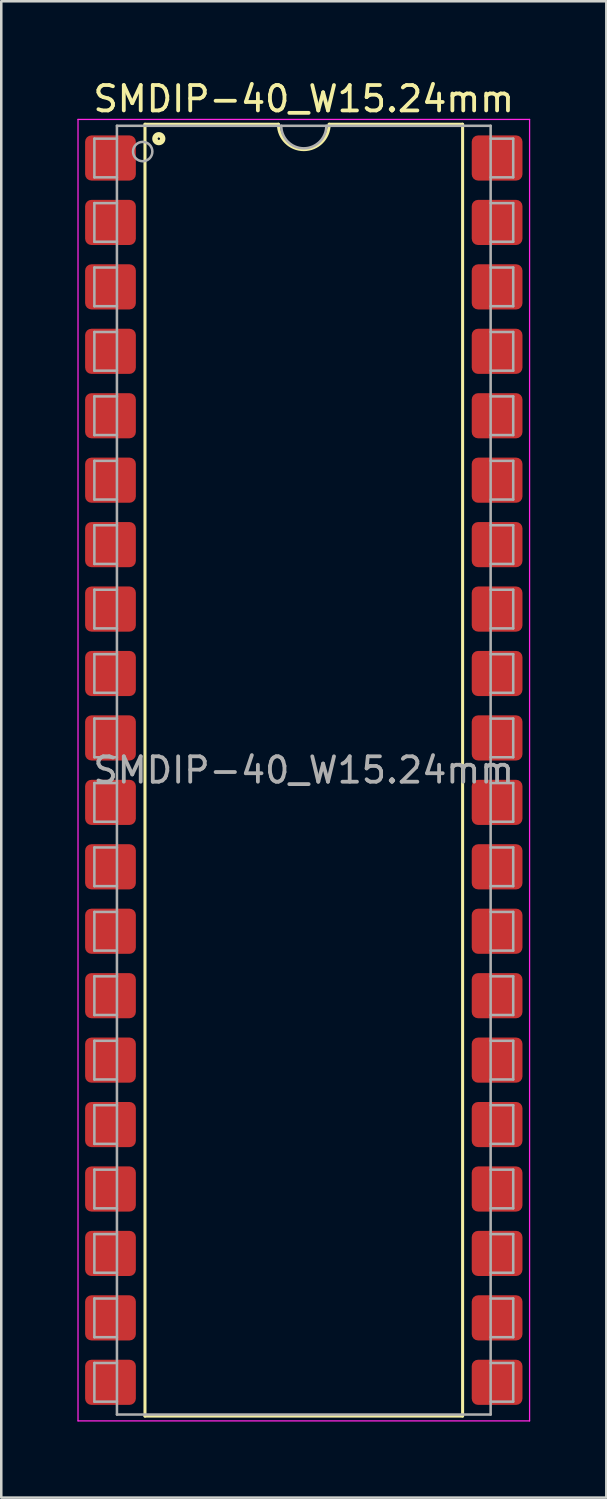
<source format=kicad_pcb>
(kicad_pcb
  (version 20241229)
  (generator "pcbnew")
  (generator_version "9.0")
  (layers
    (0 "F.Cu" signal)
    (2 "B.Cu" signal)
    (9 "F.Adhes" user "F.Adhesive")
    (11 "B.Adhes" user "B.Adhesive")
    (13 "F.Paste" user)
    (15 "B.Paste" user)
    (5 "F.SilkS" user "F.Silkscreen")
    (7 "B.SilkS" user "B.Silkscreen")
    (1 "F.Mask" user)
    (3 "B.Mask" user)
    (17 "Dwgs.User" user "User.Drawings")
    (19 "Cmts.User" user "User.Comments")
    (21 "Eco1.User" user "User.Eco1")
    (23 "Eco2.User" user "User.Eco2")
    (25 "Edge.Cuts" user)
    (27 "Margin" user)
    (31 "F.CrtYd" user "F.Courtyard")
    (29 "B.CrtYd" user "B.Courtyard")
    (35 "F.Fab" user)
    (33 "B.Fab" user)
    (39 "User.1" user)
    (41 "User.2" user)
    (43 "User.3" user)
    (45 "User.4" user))
  (footprint "SMDIP-40_W15.24mm"
    (layer "F.Cu")
    (at 8.925 27.308)
    (property "Reference" "SMDIP-40_W15.24mm" (at 0 -26.46 0) (layer "F.SilkS") (effects (font (size 1 1) (thickness 0.15))))
    (attr smd)
    (fp_line (start -6.26 -25.46) (end -6.26 25.46) (stroke (width 0.12) (type solid)) (layer "F.SilkS"))
    (fp_line (start -6.26 25.46) (end 6.26 25.46) (stroke (width 0.12) (type solid)) (layer "F.SilkS"))
    (fp_line (start -1 -25.46) (end -6.26 -25.46) (stroke (width 0.12) (type solid)) (layer "F.SilkS"))
    (fp_line (start 6.26 -25.46) (end 1 -25.46) (stroke (width 0.12) (type solid)) (layer "F.SilkS"))
    (fp_line (start 6.26 25.46) (end 6.26 -25.46) (stroke (width 0.12) (type solid)) (layer "F.SilkS"))
    (fp_arc (start 1 -25.46) (mid 0 -24.46) (end -1 -25.46) (stroke (width 0.12) (type solid)) (layer "F.SilkS"))
    (fp_circle (center -5.715 -24.892) (end -5.665 -24.892) (stroke (width 0.12) (type solid)) (fill no) (layer "F.SilkS"))
    (fp_circle (center -5.715 -24.892) (end -5.59 -24.892) (stroke (width 0.12) (type solid)) (fill no) (layer "F.SilkS"))
    (fp_circle (center -5.715 -24.892) (end -5.515 -24.892) (stroke (width 0.12) (type solid)) (fill no) (layer "F.SilkS"))
    (fp_line (start -8.9 -25.65) (end -8.9 25.65) (stroke (width 0.05) (type solid)) (layer "F.CrtYd"))
    (fp_line (start -8.9 25.65) (end 8.9 25.65) (stroke (width 0.05) (type solid)) (layer "F.CrtYd"))
    (fp_line (start 8.9 -25.65) (end -8.9 -25.65) (stroke (width 0.05) (type solid)) (layer "F.CrtYd"))
    (fp_line (start 8.9 25.65) (end 8.9 -25.65) (stroke (width 0.05) (type solid)) (layer "F.CrtYd"))
    (fp_line (start -8.255 -24.892) (end -8.255 -23.368) (stroke (width 0.1) (type solid)) (layer "F.Fab"))
    (fp_line (start -8.255 -24.892) (end -7.366 -24.892) (stroke (width 0.1) (type solid)) (layer "F.Fab"))
    (fp_line (start -8.255 -23.368) (end -7.366 -23.368) (stroke (width 0.1) (type solid)) (layer "F.Fab"))
    (fp_line (start -8.255 -22.352) (end -8.255 -20.828) (stroke (width 0.1) (type solid)) (layer "F.Fab"))
    (fp_line (start -8.255 -22.352) (end -7.366 -22.352) (stroke (width 0.1) (type solid)) (layer "F.Fab"))
    (fp_line (start -8.255 -20.828) (end -7.366 -20.828) (stroke (width 0.1) (type solid)) (layer "F.Fab"))
    (fp_line (start -8.255 -19.812) (end -8.255 -18.288) (stroke (width 0.1) (type solid)) (layer "F.Fab"))
    (fp_line (start -8.255 -19.812) (end -7.366 -19.812) (stroke (width 0.1) (type solid)) (layer "F.Fab"))
    (fp_line (start -8.255 -18.288) (end -7.366 -18.288) (stroke (width 0.1) (type solid)) (layer "F.Fab"))
    (fp_line (start -8.255 -17.272) (end -8.255 -15.748) (stroke (width 0.1) (type solid)) (layer "F.Fab"))
    (fp_line (start -8.255 -17.272) (end -7.366 -17.272) (stroke (width 0.1) (type solid)) (layer "F.Fab"))
    (fp_line (start -8.255 -15.748) (end -7.366 -15.748) (stroke (width 0.1) (type solid)) (layer "F.Fab"))
    (fp_line (start -8.255 -14.732) (end -8.255 -13.208) (stroke (width 0.1) (type solid)) (layer "F.Fab"))
    (fp_line (start -8.255 -14.732) (end -7.366 -14.732) (stroke (width 0.1) (type solid)) (layer "F.Fab"))
    (fp_line (start -8.255 -13.208) (end -7.366 -13.208) (stroke (width 0.1) (type solid)) (layer "F.Fab"))
    (fp_line (start -8.255 -12.192) (end -8.255 -10.668) (stroke (width 0.1) (type solid)) (layer "F.Fab"))
    (fp_line (start -8.255 -12.192) (end -7.366 -12.192) (stroke (width 0.1) (type solid)) (layer "F.Fab"))
    (fp_line (start -8.255 -10.668) (end -7.366 -10.668) (stroke (width 0.1) (type solid)) (layer "F.Fab"))
    (fp_line (start -8.255 -9.652) (end -8.255 -8.128) (stroke (width 0.1) (type solid)) (layer "F.Fab"))
    (fp_line (start -8.255 -9.652) (end -7.366 -9.652) (stroke (width 0.1) (type solid)) (layer "F.Fab"))
    (fp_line (start -8.255 -8.128) (end -7.366 -8.128) (stroke (width 0.1) (type solid)) (layer "F.Fab"))
    (fp_line (start -8.255 -7.112) (end -8.255 -5.588) (stroke (width 0.1) (type solid)) (layer "F.Fab"))
    (fp_line (start -8.255 -7.112) (end -7.366 -7.112) (stroke (width 0.1) (type solid)) (layer "F.Fab"))
    (fp_line (start -8.255 -5.588) (end -7.366 -5.588) (stroke (width 0.1) (type solid)) (layer "F.Fab"))
    (fp_line (start -8.255 -4.572) (end -8.255 -3.048) (stroke (width 0.1) (type solid)) (layer "F.Fab"))
    (fp_line (start -8.255 -4.572) (end -7.366 -4.572) (stroke (width 0.1) (type solid)) (layer "F.Fab"))
    (fp_line (start -8.255 -3.048) (end -7.366 -3.048) (stroke (width 0.1) (type solid)) (layer "F.Fab"))
    (fp_line (start -8.255 -2.032) (end -8.255 -0.508) (stroke (width 0.1) (type solid)) (layer "F.Fab"))
    (fp_line (start -8.255 -2.032) (end -7.366 -2.032) (stroke (width 0.1) (type solid)) (layer "F.Fab"))
    (fp_line (start -8.255 -0.508) (end -7.366 -0.508) (stroke (width 0.1) (type solid)) (layer "F.Fab"))
    (fp_line (start -8.255 0.508) (end -8.255 2.032) (stroke (width 0.1) (type solid)) (layer "F.Fab"))
    (fp_line (start -8.255 0.508) (end -7.366 0.508) (stroke (width 0.1) (type solid)) (layer "F.Fab"))
    (fp_line (start -8.255 2.032) (end -7.366 2.032) (stroke (width 0.1) (type solid)) (layer "F.Fab"))
    (fp_line (start -8.255 3.048) (end -8.255 4.572) (stroke (width 0.1) (type solid)) (layer "F.Fab"))
    (fp_line (start -8.255 3.048) (end -7.366 3.048) (stroke (width 0.1) (type solid)) (layer "F.Fab"))
    (fp_line (start -8.255 4.572) (end -7.366 4.572) (stroke (width 0.1) (type solid)) (layer "F.Fab"))
    (fp_line (start -8.255 5.588) (end -8.255 7.112) (stroke (width 0.1) (type solid)) (layer "F.Fab"))
    (fp_line (start -8.255 5.588) (end -7.366 5.588) (stroke (width 0.1) (type solid)) (layer "F.Fab"))
    (fp_line (start -8.255 7.112) (end -7.366 7.112) (stroke (width 0.1) (type solid)) (layer "F.Fab"))
    (fp_line (start -8.255 8.128) (end -8.255 9.652) (stroke (width 0.1) (type solid)) (layer "F.Fab"))
    (fp_line (start -8.255 8.128) (end -7.366 8.128) (stroke (width 0.1) (type solid)) (layer "F.Fab"))
    (fp_line (start -8.255 9.652) (end -7.366 9.652) (stroke (width 0.1) (type solid)) (layer "F.Fab"))
    (fp_line (start -8.255 10.668) (end -8.255 12.192) (stroke (width 0.1) (type solid)) (layer "F.Fab"))
    (fp_line (start -8.255 10.668) (end -7.366 10.668) (stroke (width 0.1) (type solid)) (layer "F.Fab"))
    (fp_line (start -8.255 12.192) (end -7.366 12.192) (stroke (width 0.1) (type solid)) (layer "F.Fab"))
    (fp_line (start -8.255 13.208) (end -8.255 14.732) (stroke (width 0.1) (type solid)) (layer "F.Fab"))
    (fp_line (start -8.255 13.208) (end -7.366 13.208) (stroke (width 0.1) (type solid)) (layer "F.Fab"))
    (fp_line (start -8.255 14.732) (end -7.366 14.732) (stroke (width 0.1) (type solid)) (layer "F.Fab"))
    (fp_line (start -8.255 15.748) (end -8.255 17.272) (stroke (width 0.1) (type solid)) (layer "F.Fab"))
    (fp_line (start -8.255 15.748) (end -7.366 15.748) (stroke (width 0.1) (type solid)) (layer "F.Fab"))
    (fp_line (start -8.255 17.272) (end -7.366 17.272) (stroke (width 0.1) (type solid)) (layer "F.Fab"))
    (fp_line (start -8.255 18.288) (end -8.255 19.812) (stroke (width 0.1) (type solid)) (layer "F.Fab"))
    (fp_line (start -8.255 18.288) (end -7.366 18.288) (stroke (width 0.1) (type solid)) (layer "F.Fab"))
    (fp_line (start -8.255 19.812) (end -7.366 19.812) (stroke (width 0.1) (type solid)) (layer "F.Fab"))
    (fp_line (start -8.255 20.828) (end -8.255 22.352) (stroke (width 0.1) (type solid)) (layer "F.Fab"))
    (fp_line (start -8.255 20.828) (end -7.366 20.828) (stroke (width 0.1) (type solid)) (layer "F.Fab"))
    (fp_line (start -8.255 22.352) (end -7.366 22.352) (stroke (width 0.1) (type solid)) (layer "F.Fab"))
    (fp_line (start -8.255 23.368) (end -8.255 24.892) (stroke (width 0.1) (type solid)) (layer "F.Fab"))
    (fp_line (start -8.255 23.368) (end -7.366 23.368) (stroke (width 0.1) (type solid)) (layer "F.Fab"))
    (fp_line (start -8.255 24.892) (end -7.366 24.892) (stroke (width 0.1) (type solid)) (layer "F.Fab"))
    (fp_line (start -7.366 -25.4) (end 7.365 -25.4) (stroke (width 0.1) (type solid)) (layer "F.Fab"))
    (fp_line (start -7.365 25.4) (end -7.366 -25.4) (stroke (width 0.1) (type solid)) (layer "F.Fab"))
    (fp_line (start 7.365 -25.4) (end 7.365 25.4) (stroke (width 0.1) (type solid)) (layer "F.Fab"))
    (fp_line (start 7.365 25.4) (end -7.365 25.4) (stroke (width 0.1) (type solid)) (layer "F.Fab"))
    (fp_line (start 8.255 -24.892) (end 7.366 -24.892) (stroke (width 0.1) (type solid)) (layer "F.Fab"))
    (fp_line (start 8.255 -23.368) (end 7.366 -23.368) (stroke (width 0.1) (type solid)) (layer "F.Fab"))
    (fp_line (start 8.255 -23.368) (end 8.255 -24.892) (stroke (width 0.1) (type solid)) (layer "F.Fab"))
    (fp_line (start 8.255 -22.352) (end 7.366 -22.352) (stroke (width 0.1) (type solid)) (layer "F.Fab"))
    (fp_line (start 8.255 -20.828) (end 7.366 -20.828) (stroke (width 0.1) (type solid)) (layer "F.Fab"))
    (fp_line (start 8.255 -20.828) (end 8.255 -22.352) (stroke (width 0.1) (type solid)) (layer "F.Fab"))
    (fp_line (start 8.255 -19.812) (end 7.366 -19.812) (stroke (width 0.1) (type solid)) (layer "F.Fab"))
    (fp_line (start 8.255 -18.288) (end 7.366 -18.288) (stroke (width 0.1) (type solid)) (layer "F.Fab"))
    (fp_line (start 8.255 -18.288) (end 8.255 -19.812) (stroke (width 0.1) (type solid)) (layer "F.Fab"))
    (fp_line (start 8.255 -17.272) (end 7.366 -17.272) (stroke (width 0.1) (type solid)) (layer "F.Fab"))
    (fp_line (start 8.255 -15.748) (end 7.366 -15.748) (stroke (width 0.1) (type solid)) (layer "F.Fab"))
    (fp_line (start 8.255 -15.748) (end 8.255 -17.272) (stroke (width 0.1) (type solid)) (layer "F.Fab"))
    (fp_line (start 8.255 -14.732) (end 7.366 -14.732) (stroke (width 0.1) (type solid)) (layer "F.Fab"))
    (fp_line (start 8.255 -13.208) (end 7.366 -13.208) (stroke (width 0.1) (type solid)) (layer "F.Fab"))
    (fp_line (start 8.255 -13.208) (end 8.255 -14.732) (stroke (width 0.1) (type solid)) (layer "F.Fab"))
    (fp_line (start 8.255 -12.192) (end 7.366 -12.192) (stroke (width 0.1) (type solid)) (layer "F.Fab"))
    (fp_line (start 8.255 -10.668) (end 7.366 -10.668) (stroke (width 0.1) (type solid)) (layer "F.Fab"))
    (fp_line (start 8.255 -10.668) (end 8.255 -12.192) (stroke (width 0.1) (type solid)) (layer "F.Fab"))
    (fp_line (start 8.255 -9.652) (end 7.366 -9.652) (stroke (width 0.1) (type solid)) (layer "F.Fab"))
    (fp_line (start 8.255 -8.128) (end 7.366 -8.128) (stroke (width 0.1) (type solid)) (layer "F.Fab"))
    (fp_line (start 8.255 -8.128) (end 8.255 -9.652) (stroke (width 0.1) (type solid)) (layer "F.Fab"))
    (fp_line (start 8.255 -7.112) (end 7.366 -7.112) (stroke (width 0.1) (type solid)) (layer "F.Fab"))
    (fp_line (start 8.255 -5.588) (end 7.366 -5.588) (stroke (width 0.1) (type solid)) (layer "F.Fab"))
    (fp_line (start 8.255 -5.588) (end 8.255 -7.112) (stroke (width 0.1) (type solid)) (layer "F.Fab"))
    (fp_line (start 8.255 -4.572) (end 7.366 -4.572) (stroke (width 0.1) (type solid)) (layer "F.Fab"))
    (fp_line (start 8.255 -3.048) (end 7.366 -3.048) (stroke (width 0.1) (type solid)) (layer "F.Fab"))
    (fp_line (start 8.255 -3.048) (end 8.255 -4.572) (stroke (width 0.1) (type solid)) (layer "F.Fab"))
    (fp_line (start 8.255 -2.032) (end 7.366 -2.032) (stroke (width 0.1) (type solid)) (layer "F.Fab"))
    (fp_line (start 8.255 -0.508) (end 7.366 -0.508) (stroke (width 0.1) (type solid)) (layer "F.Fab"))
    (fp_line (start 8.255 -0.508) (end 8.255 -2.032) (stroke (width 0.1) (type solid)) (layer "F.Fab"))
    (fp_line (start 8.255 0.508) (end 7.366 0.508) (stroke (width 0.1) (type solid)) (layer "F.Fab"))
    (fp_line (start 8.255 2.032) (end 7.366 2.032) (stroke (width 0.1) (type solid)) (layer "F.Fab"))
    (fp_line (start 8.255 2.032) (end 8.255 0.508) (stroke (width 0.1) (type solid)) (layer "F.Fab"))
    (fp_line (start 8.255 3.048) (end 7.366 3.048) (stroke (width 0.1) (type solid)) (layer "F.Fab"))
    (fp_line (start 8.255 4.572) (end 7.366 4.572) (stroke (width 0.1) (type solid)) (layer "F.Fab"))
    (fp_line (start 8.255 4.572) (end 8.255 3.048) (stroke (width 0.1) (type solid)) (layer "F.Fab"))
    (fp_line (start 8.255 5.588) (end 7.366 5.588) (stroke (width 0.1) (type solid)) (layer "F.Fab"))
    (fp_line (start 8.255 7.112) (end 7.366 7.112) (stroke (width 0.1) (type solid)) (layer "F.Fab"))
    (fp_line (start 8.255 7.112) (end 8.255 5.588) (stroke (width 0.1) (type solid)) (layer "F.Fab"))
    (fp_line (start 8.255 8.128) (end 7.366 8.128) (stroke (width 0.1) (type solid)) (layer "F.Fab"))
    (fp_line (start 8.255 9.652) (end 7.366 9.652) (stroke (width 0.1) (type solid)) (layer "F.Fab"))
    (fp_line (start 8.255 9.652) (end 8.255 8.128) (stroke (width 0.1) (type solid)) (layer "F.Fab"))
    (fp_line (start 8.255 10.668) (end 7.366 10.668) (stroke (width 0.1) (type solid)) (layer "F.Fab"))
    (fp_line (start 8.255 12.192) (end 7.366 12.192) (stroke (width 0.1) (type solid)) (layer "F.Fab"))
    (fp_line (start 8.255 12.192) (end 8.255 10.668) (stroke (width 0.1) (type solid)) (layer "F.Fab"))
    (fp_line (start 8.255 13.208) (end 7.366 13.208) (stroke (width 0.1) (type solid)) (layer "F.Fab"))
    (fp_line (start 8.255 14.732) (end 7.366 14.732) (stroke (width 0.1) (type solid)) (layer "F.Fab"))
    (fp_line (start 8.255 14.732) (end 8.255 13.208) (stroke (width 0.1) (type solid)) (layer "F.Fab"))
    (fp_line (start 8.255 15.748) (end 7.366 15.748) (stroke (width 0.1) (type solid)) (layer "F.Fab"))
    (fp_line (start 8.255 17.272) (end 7.366 17.272) (stroke (width 0.1) (type solid)) (layer "F.Fab"))
    (fp_line (start 8.255 17.272) (end 8.255 15.748) (stroke (width 0.1) (type solid)) (layer "F.Fab"))
    (fp_line (start 8.255 18.288) (end 7.366 18.288) (stroke (width 0.1) (type solid)) (layer "F.Fab"))
    (fp_line (start 8.255 19.812) (end 7.366 19.812) (stroke (width 0.1) (type solid)) (layer "F.Fab"))
    (fp_line (start 8.255 19.812) (end 8.255 18.288) (stroke (width 0.1) (type solid)) (layer "F.Fab"))
    (fp_line (start 8.255 20.828) (end 7.366 20.828) (stroke (width 0.1) (type solid)) (layer "F.Fab"))
    (fp_line (start 8.255 22.352) (end 7.366 22.352) (stroke (width 0.1) (type solid)) (layer "F.Fab"))
    (fp_line (start 8.255 22.352) (end 8.255 20.828) (stroke (width 0.1) (type solid)) (layer "F.Fab"))
    (fp_line (start 8.255 23.368) (end 7.366 23.368) (stroke (width 0.1) (type solid)) (layer "F.Fab"))
    (fp_line (start 8.255 24.892) (end 7.366 24.892) (stroke (width 0.1) (type solid)) (layer "F.Fab"))
    (fp_line (start 8.255 24.892) (end 8.255 23.368) (stroke (width 0.1) (type solid)) (layer "F.Fab"))
    (fp_arc (start 0.889 -25.4) (mid 0 -24.511) (end -0.889 -25.4) (stroke (width 0.1) (type solid)) (layer "F.Fab"))
    (fp_circle (center -6.35 -24.384) (end -5.969 -24.384) (stroke (width 0.1) (type solid)) (fill no) (layer "F.Fab"))
    (fp_text user "${REFERENCE}" (at 0 0 0) (layer "F.Fab") (effects (font (size 1 1) (thickness 0.15))))
    (pad "1" smd roundrect (at -7.62 -24.13) (size 2 1.78) (layers "F.Cu" "F.Mask" "F.Paste") (roundrect_rratio 0.14))
    (pad "2" smd roundrect (at -7.62 -21.59) (size 2 1.78) (layers "F.Cu" "F.Mask" "F.Paste") (roundrect_rratio 0.14))
    (pad "3" smd roundrect (at -7.62 -19.05) (size 2 1.78) (layers "F.Cu" "F.Mask" "F.Paste") (roundrect_rratio 0.14))
    (pad "4" smd roundrect (at -7.62 -16.51) (size 2 1.78) (layers "F.Cu" "F.Mask" "F.Paste") (roundrect_rratio 0.14))
    (pad "5" smd roundrect (at -7.62 -13.97) (size 2 1.78) (layers "F.Cu" "F.Mask" "F.Paste") (roundrect_rratio 0.14))
    (pad "6" smd roundrect (at -7.62 -11.43) (size 2 1.78) (layers "F.Cu" "F.Mask" "F.Paste") (roundrect_rratio 0.14))
    (pad "7" smd roundrect (at -7.62 -8.89) (size 2 1.78) (layers "F.Cu" "F.Mask" "F.Paste") (roundrect_rratio 0.14))
    (pad "8" smd roundrect (at -7.62 -6.35) (size 2 1.78) (layers "F.Cu" "F.Mask" "F.Paste") (roundrect_rratio 0.14))
    (pad "9" smd roundrect (at -7.62 -3.81) (size 2 1.78) (layers "F.Cu" "F.Mask" "F.Paste") (roundrect_rratio 0.14))
    (pad "10" smd roundrect (at -7.62 -1.27) (size 2 1.78) (layers "F.Cu" "F.Mask" "F.Paste") (roundrect_rratio 0.14))
    (pad "11" smd roundrect (at -7.62 1.27) (size 2 1.78) (layers "F.Cu" "F.Mask" "F.Paste") (roundrect_rratio 0.14))
    (pad "12" smd roundrect (at -7.62 3.81) (size 2 1.78) (layers "F.Cu" "F.Mask" "F.Paste") (roundrect_rratio 0.14))
    (pad "13" smd roundrect (at -7.62 6.35) (size 2 1.78) (layers "F.Cu" "F.Mask" "F.Paste") (roundrect_rratio 0.14))
    (pad "14" smd roundrect (at -7.62 8.89) (size 2 1.78) (layers "F.Cu" "F.Mask" "F.Paste") (roundrect_rratio 0.14))
    (pad "15" smd roundrect (at -7.62 11.43) (size 2 1.78) (layers "F.Cu" "F.Mask" "F.Paste") (roundrect_rratio 0.14))
    (pad "16" smd roundrect (at -7.62 13.97) (size 2 1.78) (layers "F.Cu" "F.Mask" "F.Paste") (roundrect_rratio 0.14))
    (pad "17" smd roundrect (at -7.62 16.51) (size 2 1.78) (layers "F.Cu" "F.Mask" "F.Paste") (roundrect_rratio 0.14))
    (pad "18" smd roundrect (at -7.62 19.05) (size 2 1.78) (layers "F.Cu" "F.Mask" "F.Paste") (roundrect_rratio 0.14))
    (pad "19" smd roundrect (at -7.62 21.59) (size 2 1.78) (layers "F.Cu" "F.Mask" "F.Paste") (roundrect_rratio 0.14))
    (pad "20" smd roundrect (at -7.62 24.13) (size 2 1.78) (layers "F.Cu" "F.Mask" "F.Paste") (roundrect_rratio 0.14))
    (pad "21" smd roundrect (at 7.62 24.13) (size 2 1.78) (layers "F.Cu" "F.Mask" "F.Paste") (roundrect_rratio 0.14))
    (pad "22" smd roundrect (at 7.62 21.59) (size 2 1.78) (layers "F.Cu" "F.Mask" "F.Paste") (roundrect_rratio 0.14))
    (pad "23" smd roundrect (at 7.62 19.05) (size 2 1.78) (layers "F.Cu" "F.Mask" "F.Paste") (roundrect_rratio 0.14))
    (pad "24" smd roundrect (at 7.62 16.51) (size 2 1.78) (layers "F.Cu" "F.Mask" "F.Paste") (roundrect_rratio 0.14))
    (pad "25" smd roundrect (at 7.62 13.97) (size 2 1.78) (layers "F.Cu" "F.Mask" "F.Paste") (roundrect_rratio 0.14))
    (pad "26" smd roundrect (at 7.62 11.43) (size 2 1.78) (layers "F.Cu" "F.Mask" "F.Paste") (roundrect_rratio 0.14))
    (pad "27" smd roundrect (at 7.62 8.89) (size 2 1.78) (layers "F.Cu" "F.Mask" "F.Paste") (roundrect_rratio 0.14))
    (pad "28" smd roundrect (at 7.62 6.35) (size 2 1.78) (layers "F.Cu" "F.Mask" "F.Paste") (roundrect_rratio 0.14))
    (pad "29" smd roundrect (at 7.62 3.81) (size 2 1.78) (layers "F.Cu" "F.Mask" "F.Paste") (roundrect_rratio 0.14))
    (pad "30" smd roundrect (at 7.62 1.27) (size 2 1.78) (layers "F.Cu" "F.Mask" "F.Paste") (roundrect_rratio 0.14))
    (pad "31" smd roundrect (at 7.62 -1.27) (size 2 1.78) (layers "F.Cu" "F.Mask" "F.Paste") (roundrect_rratio 0.14))
    (pad "32" smd roundrect (at 7.62 -3.81) (size 2 1.78) (layers "F.Cu" "F.Mask" "F.Paste") (roundrect_rratio 0.14))
    (pad "33" smd roundrect (at 7.62 -6.35) (size 2 1.78) (layers "F.Cu" "F.Mask" "F.Paste") (roundrect_rratio 0.14))
    (pad "34" smd roundrect (at 7.62 -8.89) (size 2 1.78) (layers "F.Cu" "F.Mask" "F.Paste") (roundrect_rratio 0.14))
    (pad "35" smd roundrect (at 7.62 -11.43) (size 2 1.78) (layers "F.Cu" "F.Mask" "F.Paste") (roundrect_rratio 0.14))
    (pad "36" smd roundrect (at 7.62 -13.97) (size 2 1.78) (layers "F.Cu" "F.Mask" "F.Paste") (roundrect_rratio 0.14))
    (pad "37" smd roundrect (at 7.62 -16.51) (size 2 1.78) (layers "F.Cu" "F.Mask" "F.Paste") (roundrect_rratio 0.14))
    (pad "38" smd roundrect (at 7.62 -19.05) (size 2 1.78) (layers "F.Cu" "F.Mask" "F.Paste") (roundrect_rratio 0.14))
    (pad "39" smd roundrect (at 7.62 -21.59) (size 2 1.78) (layers "F.Cu" "F.Mask" "F.Paste") (roundrect_rratio 0.14))
    (pad "40" smd roundrect (at 7.62 -24.13) (size 2 1.78) (layers "F.Cu" "F.Mask" "F.Paste") (roundrect_rratio 0.14)))
  (gr_rect
    (start -3 -3)
    (end 20.85 55.983)
    (stroke (width 0.1) (type default))
    (fill no)
    (layer "Edge.Cuts")))
</source>
